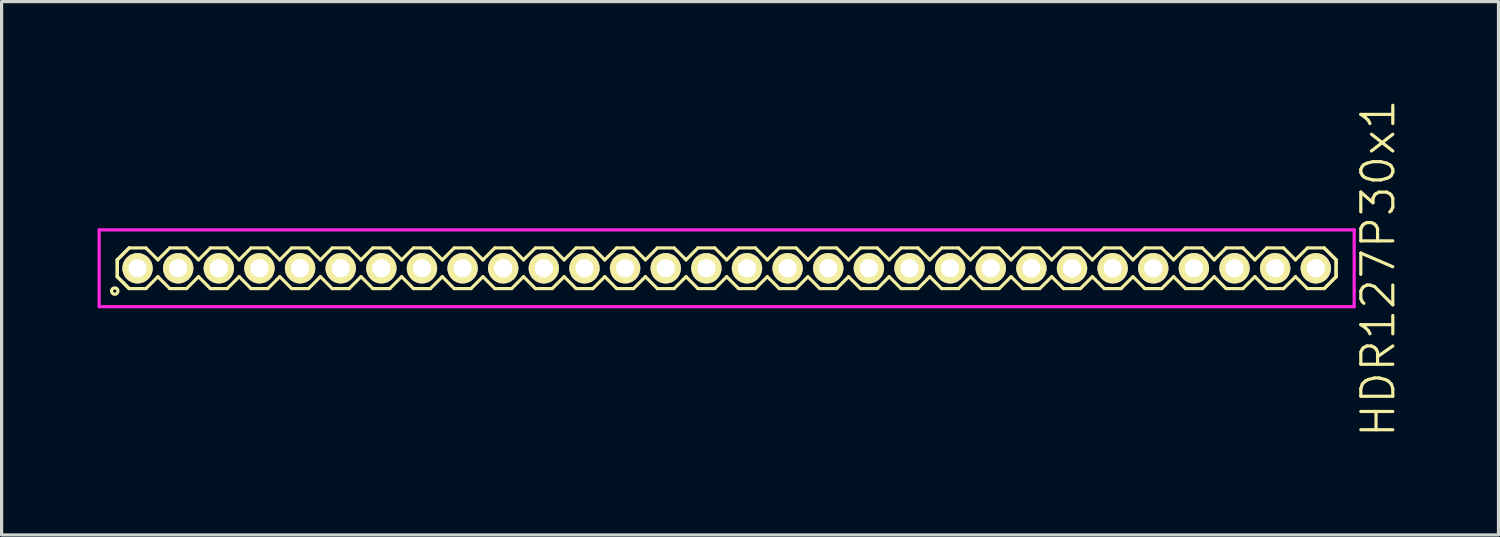
<source format=kicad_pcb>
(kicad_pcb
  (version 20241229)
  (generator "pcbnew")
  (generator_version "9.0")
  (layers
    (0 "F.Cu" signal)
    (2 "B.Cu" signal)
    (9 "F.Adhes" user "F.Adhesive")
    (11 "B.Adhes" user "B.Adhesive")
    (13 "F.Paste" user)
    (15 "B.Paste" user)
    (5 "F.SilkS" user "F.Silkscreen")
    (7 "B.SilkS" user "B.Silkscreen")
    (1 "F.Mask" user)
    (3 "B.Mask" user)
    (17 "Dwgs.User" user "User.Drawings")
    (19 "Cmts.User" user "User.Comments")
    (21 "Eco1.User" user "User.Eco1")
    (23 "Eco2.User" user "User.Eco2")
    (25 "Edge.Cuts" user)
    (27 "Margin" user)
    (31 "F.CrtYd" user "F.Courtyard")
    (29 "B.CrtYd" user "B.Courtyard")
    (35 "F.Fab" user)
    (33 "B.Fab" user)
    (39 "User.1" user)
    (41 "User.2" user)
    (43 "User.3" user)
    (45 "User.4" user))
  (footprint "HDR127P30x1"
    (layer "F.Cu")
    (at 19.665 5.336)
    (property "Reference" "HDR127P30x1" (at 20.365 0 90) (layer "F.SilkS") (effects (font (size 1 1) (thickness 0.1))))
    (attr through_hole)
    (fp_line (start -19.05 -0.263) (end -18.678 -0.635) (stroke (width 0.1) (type solid)) (layer "F.SilkS"))
    (fp_line (start -19.05 -0.263) (end -18.678 -0.635) (stroke (width 0.1) (type solid)) (layer "F.SilkS"))
    (fp_line (start -19.05 0.263) (end -19.05 -0.263) (stroke (width 0.1) (type solid)) (layer "F.SilkS"))
    (fp_line (start -19.05 0.263) (end -19.05 -0.263) (stroke (width 0.1) (type solid)) (layer "F.SilkS"))
    (fp_line (start -18.678 -0.635) (end -18.152 -0.635) (stroke (width 0.1) (type solid)) (layer "F.SilkS"))
    (fp_line (start -18.678 0.635) (end -19.05 0.263) (stroke (width 0.1) (type solid)) (layer "F.SilkS"))
    (fp_line (start -18.678 0.635) (end -19.05 0.263) (stroke (width 0.1) (type solid)) (layer "F.SilkS"))
    (fp_line (start -18.152 -0.635) (end -17.78 -0.263) (stroke (width 0.1) (type solid)) (layer "F.SilkS"))
    (fp_line (start -18.152 0.635) (end -18.678 0.635) (stroke (width 0.1) (type solid)) (layer "F.SilkS"))
    (fp_line (start -17.78 -0.263) (end -17.408 -0.635) (stroke (width 0.1) (type solid)) (layer "F.SilkS"))
    (fp_line (start -17.78 0.263) (end -18.152 0.635) (stroke (width 0.1) (type solid)) (layer "F.SilkS"))
    (fp_line (start -17.408 -0.635) (end -16.882 -0.635) (stroke (width 0.1) (type solid)) (layer "F.SilkS"))
    (fp_line (start -17.408 0.635) (end -17.78 0.263) (stroke (width 0.1) (type solid)) (layer "F.SilkS"))
    (fp_line (start -16.882 -0.635) (end -16.51 -0.263) (stroke (width 0.1) (type solid)) (layer "F.SilkS"))
    (fp_line (start -16.882 0.635) (end -17.408 0.635) (stroke (width 0.1) (type solid)) (layer "F.SilkS"))
    (fp_line (start -16.51 -0.263) (end -16.138 -0.635) (stroke (width 0.1) (type solid)) (layer "F.SilkS"))
    (fp_line (start -16.51 0.263) (end -16.882 0.635) (stroke (width 0.1) (type solid)) (layer "F.SilkS"))
    (fp_line (start -16.138 -0.635) (end -15.612 -0.635) (stroke (width 0.1) (type solid)) (layer "F.SilkS"))
    (fp_line (start -16.138 0.635) (end -16.51 0.263) (stroke (width 0.1) (type solid)) (layer "F.SilkS"))
    (fp_line (start -15.612 -0.635) (end -15.24 -0.263) (stroke (width 0.1) (type solid)) (layer "F.SilkS"))
    (fp_line (start -15.612 0.635) (end -16.138 0.635) (stroke (width 0.1) (type solid)) (layer "F.SilkS"))
    (fp_line (start -15.24 -0.263) (end -14.868 -0.635) (stroke (width 0.1) (type solid)) (layer "F.SilkS"))
    (fp_line (start -15.24 0.263) (end -15.612 0.635) (stroke (width 0.1) (type solid)) (layer "F.SilkS"))
    (fp_line (start -14.868 -0.635) (end -14.342 -0.635) (stroke (width 0.1) (type solid)) (layer "F.SilkS"))
    (fp_line (start -14.868 0.635) (end -15.24 0.263) (stroke (width 0.1) (type solid)) (layer "F.SilkS"))
    (fp_line (start -14.342 -0.635) (end -13.97 -0.263) (stroke (width 0.1) (type solid)) (layer "F.SilkS"))
    (fp_line (start -14.342 0.635) (end -14.868 0.635) (stroke (width 0.1) (type solid)) (layer "F.SilkS"))
    (fp_line (start -13.97 -0.263) (end -13.598 -0.635) (stroke (width 0.1) (type solid)) (layer "F.SilkS"))
    (fp_line (start -13.97 0.263) (end -14.342 0.635) (stroke (width 0.1) (type solid)) (layer "F.SilkS"))
    (fp_line (start -13.598 -0.635) (end -13.072 -0.635) (stroke (width 0.1) (type solid)) (layer "F.SilkS"))
    (fp_line (start -13.598 0.635) (end -13.97 0.263) (stroke (width 0.1) (type solid)) (layer "F.SilkS"))
    (fp_line (start -13.072 -0.635) (end -12.7 -0.263) (stroke (width 0.1) (type solid)) (layer "F.SilkS"))
    (fp_line (start -13.072 0.635) (end -13.598 0.635) (stroke (width 0.1) (type solid)) (layer "F.SilkS"))
    (fp_line (start -12.7 -0.263) (end -12.328 -0.635) (stroke (width 0.1) (type solid)) (layer "F.SilkS"))
    (fp_line (start -12.7 0.263) (end -13.072 0.635) (stroke (width 0.1) (type solid)) (layer "F.SilkS"))
    (fp_line (start -12.328 -0.635) (end -11.802 -0.635) (stroke (width 0.1) (type solid)) (layer "F.SilkS"))
    (fp_line (start -12.328 0.635) (end -12.7 0.263) (stroke (width 0.1) (type solid)) (layer "F.SilkS"))
    (fp_line (start -11.802 -0.635) (end -11.43 -0.263) (stroke (width 0.1) (type solid)) (layer "F.SilkS"))
    (fp_line (start -11.802 0.635) (end -12.328 0.635) (stroke (width 0.1) (type solid)) (layer "F.SilkS"))
    (fp_line (start -11.43 -0.263) (end -11.058 -0.635) (stroke (width 0.1) (type solid)) (layer "F.SilkS"))
    (fp_line (start -11.43 0.263) (end -11.802 0.635) (stroke (width 0.1) (type solid)) (layer "F.SilkS"))
    (fp_line (start -11.058 -0.635) (end -10.532 -0.635) (stroke (width 0.1) (type solid)) (layer "F.SilkS"))
    (fp_line (start -11.058 0.635) (end -11.43 0.263) (stroke (width 0.1) (type solid)) (layer "F.SilkS"))
    (fp_line (start -10.532 -0.635) (end -10.16 -0.263) (stroke (width 0.1) (type solid)) (layer "F.SilkS"))
    (fp_line (start -10.532 0.635) (end -11.058 0.635) (stroke (width 0.1) (type solid)) (layer "F.SilkS"))
    (fp_line (start -10.16 -0.263) (end -9.788 -0.635) (stroke (width 0.1) (type solid)) (layer "F.SilkS"))
    (fp_line (start -10.16 0.263) (end -10.532 0.635) (stroke (width 0.1) (type solid)) (layer "F.SilkS"))
    (fp_line (start -9.788 -0.635) (end -9.262 -0.635) (stroke (width 0.1) (type solid)) (layer "F.SilkS"))
    (fp_line (start -9.788 0.635) (end -10.16 0.263) (stroke (width 0.1) (type solid)) (layer "F.SilkS"))
    (fp_line (start -9.262 -0.635) (end -8.89 -0.263) (stroke (width 0.1) (type solid)) (layer "F.SilkS"))
    (fp_line (start -9.262 0.635) (end -9.788 0.635) (stroke (width 0.1) (type solid)) (layer "F.SilkS"))
    (fp_line (start -8.89 -0.263) (end -8.518 -0.635) (stroke (width 0.1) (type solid)) (layer "F.SilkS"))
    (fp_line (start -8.89 0.263) (end -9.262 0.635) (stroke (width 0.1) (type solid)) (layer "F.SilkS"))
    (fp_line (start -8.518 -0.635) (end -7.992 -0.635) (stroke (width 0.1) (type solid)) (layer "F.SilkS"))
    (fp_line (start -8.518 0.635) (end -8.89 0.263) (stroke (width 0.1) (type solid)) (layer "F.SilkS"))
    (fp_line (start -7.992 -0.635) (end -7.62 -0.263) (stroke (width 0.1) (type solid)) (layer "F.SilkS"))
    (fp_line (start -7.992 0.635) (end -8.518 0.635) (stroke (width 0.1) (type solid)) (layer "F.SilkS"))
    (fp_line (start -7.62 -0.263) (end -7.248 -0.635) (stroke (width 0.1) (type solid)) (layer "F.SilkS"))
    (fp_line (start -7.62 0.263) (end -7.992 0.635) (stroke (width 0.1) (type solid)) (layer "F.SilkS"))
    (fp_line (start -7.248 -0.635) (end -6.722 -0.635) (stroke (width 0.1) (type solid)) (layer "F.SilkS"))
    (fp_line (start -7.248 0.635) (end -7.62 0.263) (stroke (width 0.1) (type solid)) (layer "F.SilkS"))
    (fp_line (start -6.722 -0.635) (end -6.35 -0.263) (stroke (width 0.1) (type solid)) (layer "F.SilkS"))
    (fp_line (start -6.722 0.635) (end -7.248 0.635) (stroke (width 0.1) (type solid)) (layer "F.SilkS"))
    (fp_line (start -6.35 -0.263) (end -5.978 -0.635) (stroke (width 0.1) (type solid)) (layer "F.SilkS"))
    (fp_line (start -6.35 0.263) (end -6.722 0.635) (stroke (width 0.1) (type solid)) (layer "F.SilkS"))
    (fp_line (start -5.978 -0.635) (end -5.452 -0.635) (stroke (width 0.1) (type solid)) (layer "F.SilkS"))
    (fp_line (start -5.978 0.635) (end -6.35 0.263) (stroke (width 0.1) (type solid)) (layer "F.SilkS"))
    (fp_line (start -5.452 -0.635) (end -5.08 -0.263) (stroke (width 0.1) (type solid)) (layer "F.SilkS"))
    (fp_line (start -5.452 0.635) (end -5.978 0.635) (stroke (width 0.1) (type solid)) (layer "F.SilkS"))
    (fp_line (start -5.08 -0.263) (end -4.708 -0.635) (stroke (width 0.1) (type solid)) (layer "F.SilkS"))
    (fp_line (start -5.08 0.263) (end -5.452 0.635) (stroke (width 0.1) (type solid)) (layer "F.SilkS"))
    (fp_line (start -4.708 -0.635) (end -4.182 -0.635) (stroke (width 0.1) (type solid)) (layer "F.SilkS"))
    (fp_line (start -4.708 0.635) (end -5.08 0.263) (stroke (width 0.1) (type solid)) (layer "F.SilkS"))
    (fp_line (start -4.182 -0.635) (end -3.81 -0.263) (stroke (width 0.1) (type solid)) (layer "F.SilkS"))
    (fp_line (start -4.182 0.635) (end -4.708 0.635) (stroke (width 0.1) (type solid)) (layer "F.SilkS"))
    (fp_line (start -3.81 -0.263) (end -3.438 -0.635) (stroke (width 0.1) (type solid)) (layer "F.SilkS"))
    (fp_line (start -3.81 0.263) (end -4.182 0.635) (stroke (width 0.1) (type solid)) (layer "F.SilkS"))
    (fp_line (start -3.438 -0.635) (end -2.912 -0.635) (stroke (width 0.1) (type solid)) (layer "F.SilkS"))
    (fp_line (start -3.438 0.635) (end -3.81 0.263) (stroke (width 0.1) (type solid)) (layer "F.SilkS"))
    (fp_line (start -2.912 -0.635) (end -2.54 -0.263) (stroke (width 0.1) (type solid)) (layer "F.SilkS"))
    (fp_line (start -2.912 0.635) (end -3.438 0.635) (stroke (width 0.1) (type solid)) (layer "F.SilkS"))
    (fp_line (start -2.54 -0.263) (end -2.168 -0.635) (stroke (width 0.1) (type solid)) (layer "F.SilkS"))
    (fp_line (start -2.54 0.263) (end -2.912 0.635) (stroke (width 0.1) (type solid)) (layer "F.SilkS"))
    (fp_line (start -2.168 -0.635) (end -1.642 -0.635) (stroke (width 0.1) (type solid)) (layer "F.SilkS"))
    (fp_line (start -2.168 0.635) (end -2.54 0.263) (stroke (width 0.1) (type solid)) (layer "F.SilkS"))
    (fp_line (start -1.642 -0.635) (end -1.27 -0.263) (stroke (width 0.1) (type solid)) (layer "F.SilkS"))
    (fp_line (start -1.642 0.635) (end -2.168 0.635) (stroke (width 0.1) (type solid)) (layer "F.SilkS"))
    (fp_line (start -1.27 -0.263) (end -0.898 -0.635) (stroke (width 0.1) (type solid)) (layer "F.SilkS"))
    (fp_line (start -1.27 0.263) (end -1.642 0.635) (stroke (width 0.1) (type solid)) (layer "F.SilkS"))
    (fp_line (start -0.898 -0.635) (end -0.372 -0.635) (stroke (width 0.1) (type solid)) (layer "F.SilkS"))
    (fp_line (start -0.898 0.635) (end -1.27 0.263) (stroke (width 0.1) (type solid)) (layer "F.SilkS"))
    (fp_line (start -0.372 -0.635) (end 0 -0.263) (stroke (width 0.1) (type solid)) (layer "F.SilkS"))
    (fp_line (start -0.372 0.635) (end -0.898 0.635) (stroke (width 0.1) (type solid)) (layer "F.SilkS"))
    (fp_line (start 0 -0.263) (end 0.372 -0.635) (stroke (width 0.1) (type solid)) (layer "F.SilkS"))
    (fp_line (start 0 0.263) (end -0.372 0.635) (stroke (width 0.1) (type solid)) (layer "F.SilkS"))
    (fp_line (start 0.372 -0.635) (end 0.898 -0.635) (stroke (width 0.1) (type solid)) (layer "F.SilkS"))
    (fp_line (start 0.372 0.635) (end 0 0.263) (stroke (width 0.1) (type solid)) (layer "F.SilkS"))
    (fp_line (start 0.898 -0.635) (end 1.27 -0.263) (stroke (width 0.1) (type solid)) (layer "F.SilkS"))
    (fp_line (start 0.898 0.635) (end 0.372 0.635) (stroke (width 0.1) (type solid)) (layer "F.SilkS"))
    (fp_line (start 1.27 -0.263) (end 1.642 -0.635) (stroke (width 0.1) (type solid)) (layer "F.SilkS"))
    (fp_line (start 1.27 0.263) (end 0.898 0.635) (stroke (width 0.1) (type solid)) (layer "F.SilkS"))
    (fp_line (start 1.642 -0.635) (end 2.168 -0.635) (stroke (width 0.1) (type solid)) (layer "F.SilkS"))
    (fp_line (start 1.642 0.635) (end 1.27 0.263) (stroke (width 0.1) (type solid)) (layer "F.SilkS"))
    (fp_line (start 2.168 -0.635) (end 2.54 -0.263) (stroke (width 0.1) (type solid)) (layer "F.SilkS"))
    (fp_line (start 2.168 0.635) (end 1.642 0.635) (stroke (width 0.1) (type solid)) (layer "F.SilkS"))
    (fp_line (start 2.54 -0.263) (end 2.912 -0.635) (stroke (width 0.1) (type solid)) (layer "F.SilkS"))
    (fp_line (start 2.54 0.263) (end 2.168 0.635) (stroke (width 0.1) (type solid)) (layer "F.SilkS"))
    (fp_line (start 2.912 -0.635) (end 3.438 -0.635) (stroke (width 0.1) (type solid)) (layer "F.SilkS"))
    (fp_line (start 2.912 0.635) (end 2.54 0.263) (stroke (width 0.1) (type solid)) (layer "F.SilkS"))
    (fp_line (start 3.438 -0.635) (end 3.81 -0.263) (stroke (width 0.1) (type solid)) (layer "F.SilkS"))
    (fp_line (start 3.438 0.635) (end 2.912 0.635) (stroke (width 0.1) (type solid)) (layer "F.SilkS"))
    (fp_line (start 3.81 -0.263) (end 4.182 -0.635) (stroke (width 0.1) (type solid)) (layer "F.SilkS"))
    (fp_line (start 3.81 0.263) (end 3.438 0.635) (stroke (width 0.1) (type solid)) (layer "F.SilkS"))
    (fp_line (start 4.182 -0.635) (end 4.708 -0.635) (stroke (width 0.1) (type solid)) (layer "F.SilkS"))
    (fp_line (start 4.182 0.635) (end 3.81 0.263) (stroke (width 0.1) (type solid)) (layer "F.SilkS"))
    (fp_line (start 4.708 -0.635) (end 5.08 -0.263) (stroke (width 0.1) (type solid)) (layer "F.SilkS"))
    (fp_line (start 4.708 0.635) (end 4.182 0.635) (stroke (width 0.1) (type solid)) (layer "F.SilkS"))
    (fp_line (start 5.08 -0.263) (end 5.452 -0.635) (stroke (width 0.1) (type solid)) (layer "F.SilkS"))
    (fp_line (start 5.08 0.263) (end 4.708 0.635) (stroke (width 0.1) (type solid)) (layer "F.SilkS"))
    (fp_line (start 5.452 -0.635) (end 5.978 -0.635) (stroke (width 0.1) (type solid)) (layer "F.SilkS"))
    (fp_line (start 5.452 0.635) (end 5.08 0.263) (stroke (width 0.1) (type solid)) (layer "F.SilkS"))
    (fp_line (start 5.978 -0.635) (end 6.35 -0.263) (stroke (width 0.1) (type solid)) (layer "F.SilkS"))
    (fp_line (start 5.978 0.635) (end 5.452 0.635) (stroke (width 0.1) (type solid)) (layer "F.SilkS"))
    (fp_line (start 6.35 -0.263) (end 6.722 -0.635) (stroke (width 0.1) (type solid)) (layer "F.SilkS"))
    (fp_line (start 6.35 0.263) (end 5.978 0.635) (stroke (width 0.1) (type solid)) (layer "F.SilkS"))
    (fp_line (start 6.722 -0.635) (end 7.248 -0.635) (stroke (width 0.1) (type solid)) (layer "F.SilkS"))
    (fp_line (start 6.722 0.635) (end 6.35 0.263) (stroke (width 0.1) (type solid)) (layer "F.SilkS"))
    (fp_line (start 7.248 -0.635) (end 7.62 -0.263) (stroke (width 0.1) (type solid)) (layer "F.SilkS"))
    (fp_line (start 7.248 0.635) (end 6.722 0.635) (stroke (width 0.1) (type solid)) (layer "F.SilkS"))
    (fp_line (start 7.62 -0.263) (end 7.992 -0.635) (stroke (width 0.1) (type solid)) (layer "F.SilkS"))
    (fp_line (start 7.62 0.263) (end 7.248 0.635) (stroke (width 0.1) (type solid)) (layer "F.SilkS"))
    (fp_line (start 7.992 -0.635) (end 8.518 -0.635) (stroke (width 0.1) (type solid)) (layer "F.SilkS"))
    (fp_line (start 7.992 0.635) (end 7.62 0.263) (stroke (width 0.1) (type solid)) (layer "F.SilkS"))
    (fp_line (start 8.518 -0.635) (end 8.89 -0.263) (stroke (width 0.1) (type solid)) (layer "F.SilkS"))
    (fp_line (start 8.518 0.635) (end 7.992 0.635) (stroke (width 0.1) (type solid)) (layer "F.SilkS"))
    (fp_line (start 8.89 -0.263) (end 9.262 -0.635) (stroke (width 0.1) (type solid)) (layer "F.SilkS"))
    (fp_line (start 8.89 0.263) (end 8.518 0.635) (stroke (width 0.1) (type solid)) (layer "F.SilkS"))
    (fp_line (start 9.262 -0.635) (end 9.788 -0.635) (stroke (width 0.1) (type solid)) (layer "F.SilkS"))
    (fp_line (start 9.262 0.635) (end 8.89 0.263) (stroke (width 0.1) (type solid)) (layer "F.SilkS"))
    (fp_line (start 9.788 -0.635) (end 10.16 -0.263) (stroke (width 0.1) (type solid)) (layer "F.SilkS"))
    (fp_line (start 9.788 0.635) (end 9.262 0.635) (stroke (width 0.1) (type solid)) (layer "F.SilkS"))
    (fp_line (start 10.16 -0.263) (end 10.532 -0.635) (stroke (width 0.1) (type solid)) (layer "F.SilkS"))
    (fp_line (start 10.16 0.263) (end 9.788 0.635) (stroke (width 0.1) (type solid)) (layer "F.SilkS"))
    (fp_line (start 10.532 -0.635) (end 11.058 -0.635) (stroke (width 0.1) (type solid)) (layer "F.SilkS"))
    (fp_line (start 10.532 0.635) (end 10.16 0.263) (stroke (width 0.1) (type solid)) (layer "F.SilkS"))
    (fp_line (start 11.058 -0.635) (end 11.43 -0.263) (stroke (width 0.1) (type solid)) (layer "F.SilkS"))
    (fp_line (start 11.058 0.635) (end 10.532 0.635) (stroke (width 0.1) (type solid)) (layer "F.SilkS"))
    (fp_line (start 11.43 -0.263) (end 11.802 -0.635) (stroke (width 0.1) (type solid)) (layer "F.SilkS"))
    (fp_line (start 11.43 0.263) (end 11.058 0.635) (stroke (width 0.1) (type solid)) (layer "F.SilkS"))
    (fp_line (start 11.802 -0.635) (end 12.328 -0.635) (stroke (width 0.1) (type solid)) (layer "F.SilkS"))
    (fp_line (start 11.802 0.635) (end 11.43 0.263) (stroke (width 0.1) (type solid)) (layer "F.SilkS"))
    (fp_line (start 12.328 -0.635) (end 12.7 -0.263) (stroke (width 0.1) (type solid)) (layer "F.SilkS"))
    (fp_line (start 12.328 0.635) (end 11.802 0.635) (stroke (width 0.1) (type solid)) (layer "F.SilkS"))
    (fp_line (start 12.7 -0.263) (end 13.072 -0.635) (stroke (width 0.1) (type solid)) (layer "F.SilkS"))
    (fp_line (start 12.7 0.263) (end 12.328 0.635) (stroke (width 0.1) (type solid)) (layer "F.SilkS"))
    (fp_line (start 13.072 -0.635) (end 13.598 -0.635) (stroke (width 0.1) (type solid)) (layer "F.SilkS"))
    (fp_line (start 13.072 0.635) (end 12.7 0.263) (stroke (width 0.1) (type solid)) (layer "F.SilkS"))
    (fp_line (start 13.598 -0.635) (end 13.97 -0.263) (stroke (width 0.1) (type solid)) (layer "F.SilkS"))
    (fp_line (start 13.598 0.635) (end 13.072 0.635) (stroke (width 0.1) (type solid)) (layer "F.SilkS"))
    (fp_line (start 13.97 -0.263) (end 14.342 -0.635) (stroke (width 0.1) (type solid)) (layer "F.SilkS"))
    (fp_line (start 13.97 0.263) (end 13.598 0.635) (stroke (width 0.1) (type solid)) (layer "F.SilkS"))
    (fp_line (start 14.342 -0.635) (end 14.868 -0.635) (stroke (width 0.1) (type solid)) (layer "F.SilkS"))
    (fp_line (start 14.342 0.635) (end 13.97 0.263) (stroke (width 0.1) (type solid)) (layer "F.SilkS"))
    (fp_line (start 14.868 -0.635) (end 15.24 -0.263) (stroke (width 0.1) (type solid)) (layer "F.SilkS"))
    (fp_line (start 14.868 0.635) (end 14.342 0.635) (stroke (width 0.1) (type solid)) (layer "F.SilkS"))
    (fp_line (start 15.24 -0.263) (end 15.612 -0.635) (stroke (width 0.1) (type solid)) (layer "F.SilkS"))
    (fp_line (start 15.24 0.263) (end 14.868 0.635) (stroke (width 0.1) (type solid)) (layer "F.SilkS"))
    (fp_line (start 15.612 -0.635) (end 16.138 -0.635) (stroke (width 0.1) (type solid)) (layer "F.SilkS"))
    (fp_line (start 15.612 0.635) (end 15.24 0.263) (stroke (width 0.1) (type solid)) (layer "F.SilkS"))
    (fp_line (start 16.138 -0.635) (end 16.51 -0.263) (stroke (width 0.1) (type solid)) (layer "F.SilkS"))
    (fp_line (start 16.138 0.635) (end 15.612 0.635) (stroke (width 0.1) (type solid)) (layer "F.SilkS"))
    (fp_line (start 16.51 -0.263) (end 16.882 -0.635) (stroke (width 0.1) (type solid)) (layer "F.SilkS"))
    (fp_line (start 16.51 0.263) (end 16.138 0.635) (stroke (width 0.1) (type solid)) (layer "F.SilkS"))
    (fp_line (start 16.882 -0.635) (end 17.408 -0.635) (stroke (width 0.1) (type solid)) (layer "F.SilkS"))
    (fp_line (start 16.882 0.635) (end 16.51 0.263) (stroke (width 0.1) (type solid)) (layer "F.SilkS"))
    (fp_line (start 17.408 -0.635) (end 17.78 -0.263) (stroke (width 0.1) (type solid)) (layer "F.SilkS"))
    (fp_line (start 17.408 0.635) (end 16.882 0.635) (stroke (width 0.1) (type solid)) (layer "F.SilkS"))
    (fp_line (start 17.78 -0.263) (end 18.152 -0.635) (stroke (width 0.1) (type solid)) (layer "F.SilkS"))
    (fp_line (start 17.78 0.263) (end 17.408 0.635) (stroke (width 0.1) (type solid)) (layer "F.SilkS"))
    (fp_line (start 18.152 -0.635) (end 18.678 -0.635) (stroke (width 0.1) (type solid)) (layer "F.SilkS"))
    (fp_line (start 18.152 0.635) (end 17.78 0.263) (stroke (width 0.1) (type solid)) (layer "F.SilkS"))
    (fp_line (start 18.678 -0.635) (end 19.05 -0.263) (stroke (width 0.1) (type solid)) (layer "F.SilkS"))
    (fp_line (start 18.678 -0.635) (end 19.05 -0.263) (stroke (width 0.1) (type solid)) (layer "F.SilkS"))
    (fp_line (start 18.678 0.635) (end 18.152 0.635) (stroke (width 0.1) (type solid)) (layer "F.SilkS"))
    (fp_line (start 19.05 -0.263) (end 19.05 0.263) (stroke (width 0.1) (type solid)) (layer "F.SilkS"))
    (fp_line (start 19.05 -0.263) (end 19.05 0.263) (stroke (width 0.1) (type solid)) (layer "F.SilkS"))
    (fp_line (start 19.05 0.263) (end 18.678 0.635) (stroke (width 0.1) (type solid)) (layer "F.SilkS"))
    (fp_line (start 19.05 0.263) (end 18.678 0.635) (stroke (width 0.1) (type solid)) (layer "F.SilkS"))
    (fp_circle (center -19.128 0.712) (end -19.028 0.712) (stroke (width 0.1) (type solid)) (fill no) (layer "F.SilkS"))
    (fp_line (start -19.615 -1.2) (end -19.615 1.2) (stroke (width 0.1) (type solid)) (layer "F.CrtYd"))
    (fp_line (start -19.615 1.2) (end 19.615 1.2) (stroke (width 0.1) (type solid)) (layer "F.CrtYd"))
    (fp_line (start 19.615 -1.2) (end -19.615 -1.2) (stroke (width 0.1) (type solid)) (layer "F.CrtYd"))
    (fp_line (start 19.615 1.2) (end 19.615 -1.2) (stroke (width 0.1) (type solid)) (layer "F.CrtYd"))
    (pad "1" thru_hole oval (at -18.415 0) (size 0.95 0.95) (drill 0.57) (layers "*.Cu" "*.Mask" "F.SilkS"))
    (pad "2" thru_hole oval (at -17.145 0) (size 0.95 0.95) (drill 0.57) (layers "*.Cu" "*.Mask" "F.SilkS"))
    (pad "3" thru_hole oval (at -15.875 0) (size 0.95 0.95) (drill 0.57) (layers "*.Cu" "*.Mask" "F.SilkS"))
    (pad "4" thru_hole oval (at -14.605 0) (size 0.95 0.95) (drill 0.57) (layers "*.Cu" "*.Mask" "F.SilkS"))
    (pad "5" thru_hole oval (at -13.335 0) (size 0.95 0.95) (drill 0.57) (layers "*.Cu" "*.Mask" "F.SilkS"))
    (pad "6" thru_hole oval (at -12.065 0) (size 0.95 0.95) (drill 0.57) (layers "*.Cu" "*.Mask" "F.SilkS"))
    (pad "7" thru_hole oval (at -10.795 0) (size 0.95 0.95) (drill 0.57) (layers "*.Cu" "*.Mask" "F.SilkS"))
    (pad "8" thru_hole oval (at -9.525 0) (size 0.95 0.95) (drill 0.57) (layers "*.Cu" "*.Mask" "F.SilkS"))
    (pad "9" thru_hole oval (at -8.255 0) (size 0.95 0.95) (drill 0.57) (layers "*.Cu" "*.Mask" "F.SilkS"))
    (pad "10" thru_hole oval (at -6.985 0) (size 0.95 0.95) (drill 0.57) (layers "*.Cu" "*.Mask" "F.SilkS"))
    (pad "11" thru_hole oval (at -5.715 0) (size 0.95 0.95) (drill 0.57) (layers "*.Cu" "*.Mask" "F.SilkS"))
    (pad "12" thru_hole oval (at -4.445 0) (size 0.95 0.95) (drill 0.57) (layers "*.Cu" "*.Mask" "F.SilkS"))
    (pad "13" thru_hole oval (at -3.175 0) (size 0.95 0.95) (drill 0.57) (layers "*.Cu" "*.Mask" "F.SilkS"))
    (pad "14" thru_hole oval (at -1.905 0) (size 0.95 0.95) (drill 0.57) (layers "*.Cu" "*.Mask" "F.SilkS"))
    (pad "15" thru_hole oval (at -0.635 0) (size 0.95 0.95) (drill 0.57) (layers "*.Cu" "*.Mask" "F.SilkS"))
    (pad "16" thru_hole oval (at 0.635 0) (size 0.95 0.95) (drill 0.57) (layers "*.Cu" "*.Mask" "F.SilkS"))
    (pad "17" thru_hole oval (at 1.905 0) (size 0.95 0.95) (drill 0.57) (layers "*.Cu" "*.Mask" "F.SilkS"))
    (pad "18" thru_hole oval (at 3.175 0) (size 0.95 0.95) (drill 0.57) (layers "*.Cu" "*.Mask" "F.SilkS"))
    (pad "19" thru_hole oval (at 4.445 0) (size 0.95 0.95) (drill 0.57) (layers "*.Cu" "*.Mask" "F.SilkS"))
    (pad "20" thru_hole oval (at 5.715 0) (size 0.95 0.95) (drill 0.57) (layers "*.Cu" "*.Mask" "F.SilkS"))
    (pad "21" thru_hole oval (at 6.985 0) (size 0.95 0.95) (drill 0.57) (layers "*.Cu" "*.Mask" "F.SilkS"))
    (pad "22" thru_hole oval (at 8.255 0) (size 0.95 0.95) (drill 0.57) (layers "*.Cu" "*.Mask" "F.SilkS"))
    (pad "23" thru_hole oval (at 9.525 0) (size 0.95 0.95) (drill 0.57) (layers "*.Cu" "*.Mask" "F.SilkS"))
    (pad "24" thru_hole oval (at 10.795 0) (size 0.95 0.95) (drill 0.57) (layers "*.Cu" "*.Mask" "F.SilkS"))
    (pad "25" thru_hole oval (at 12.065 0) (size 0.95 0.95) (drill 0.57) (layers "*.Cu" "*.Mask" "F.SilkS"))
    (pad "26" thru_hole oval (at 13.335 0) (size 0.95 0.95) (drill 0.57) (layers "*.Cu" "*.Mask" "F.SilkS"))
    (pad "27" thru_hole oval (at 14.605 0) (size 0.95 0.95) (drill 0.57) (layers "*.Cu" "*.Mask" "F.SilkS"))
    (pad "28" thru_hole oval (at 15.875 0) (size 0.95 0.95) (drill 0.57) (layers "*.Cu" "*.Mask" "F.SilkS"))
    (pad "29" thru_hole oval (at 17.145 0) (size 0.95 0.95) (drill 0.57) (layers "*.Cu" "*.Mask" "F.SilkS"))
    (pad "30" thru_hole oval (at 18.415 0) (size 0.95 0.95) (drill 0.57) (layers "*.Cu" "*.Mask" "F.SilkS")))
  (gr_rect
    (start -3 -3)
    (end 43.791 13.671)
    (stroke (width 0.1) (type default))
    (fill no)
    (layer "Edge.Cuts")))
</source>
